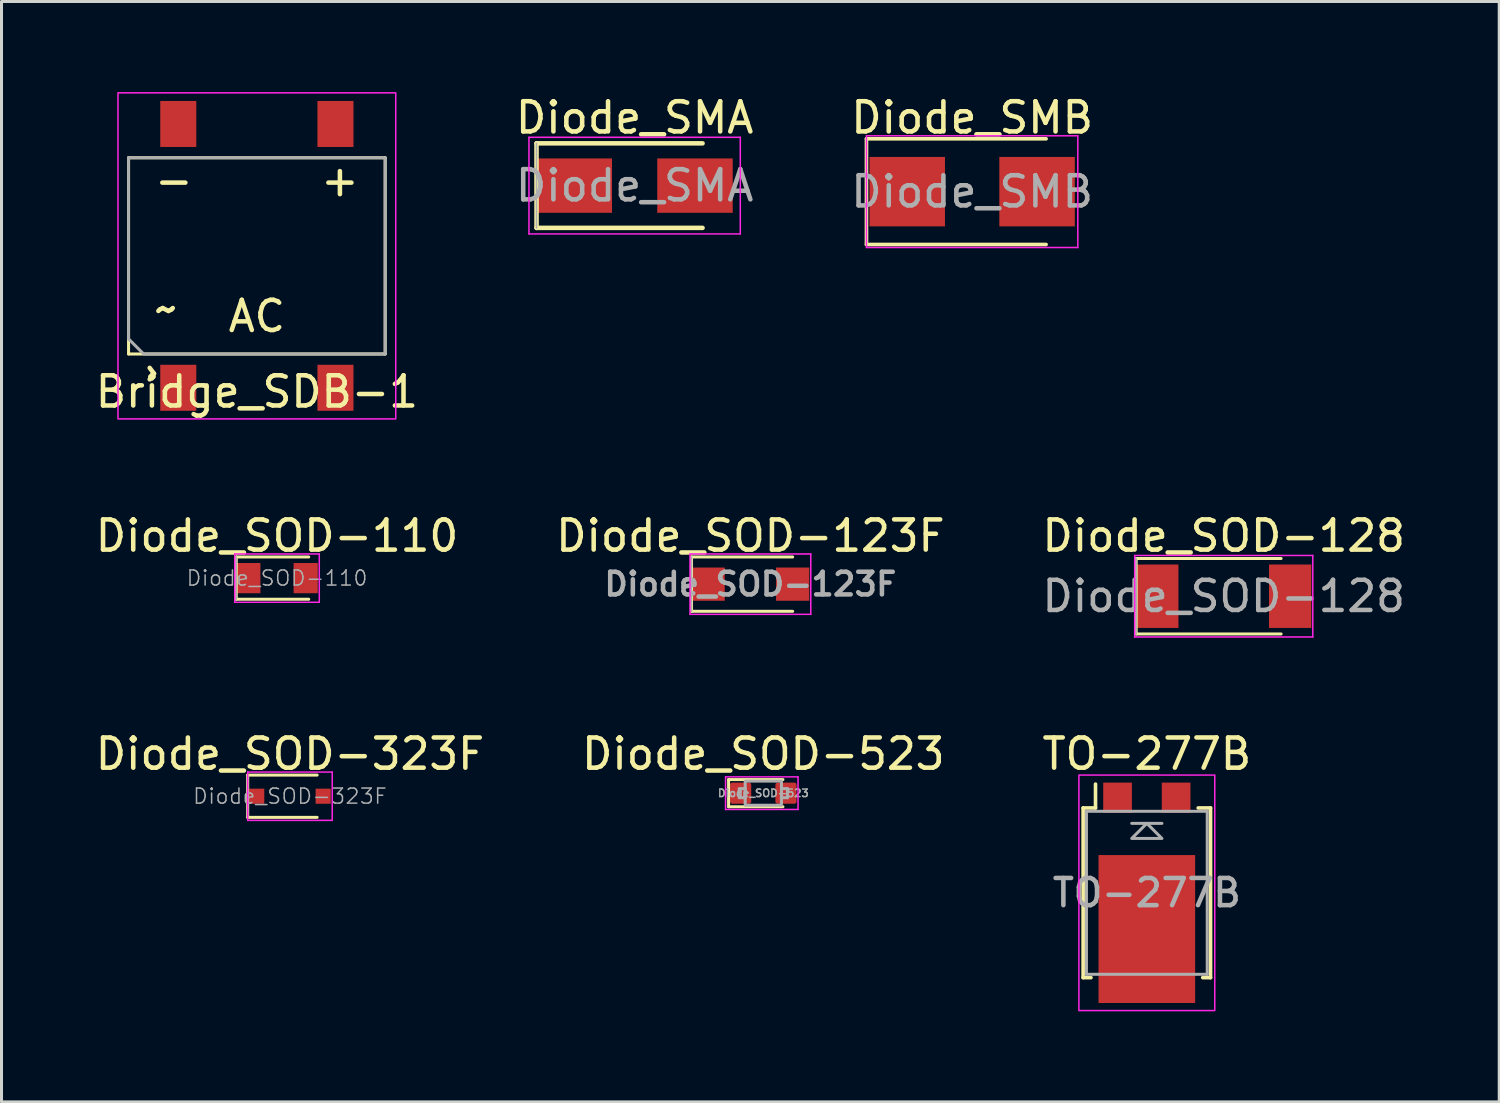
<source format=kicad_pcb>
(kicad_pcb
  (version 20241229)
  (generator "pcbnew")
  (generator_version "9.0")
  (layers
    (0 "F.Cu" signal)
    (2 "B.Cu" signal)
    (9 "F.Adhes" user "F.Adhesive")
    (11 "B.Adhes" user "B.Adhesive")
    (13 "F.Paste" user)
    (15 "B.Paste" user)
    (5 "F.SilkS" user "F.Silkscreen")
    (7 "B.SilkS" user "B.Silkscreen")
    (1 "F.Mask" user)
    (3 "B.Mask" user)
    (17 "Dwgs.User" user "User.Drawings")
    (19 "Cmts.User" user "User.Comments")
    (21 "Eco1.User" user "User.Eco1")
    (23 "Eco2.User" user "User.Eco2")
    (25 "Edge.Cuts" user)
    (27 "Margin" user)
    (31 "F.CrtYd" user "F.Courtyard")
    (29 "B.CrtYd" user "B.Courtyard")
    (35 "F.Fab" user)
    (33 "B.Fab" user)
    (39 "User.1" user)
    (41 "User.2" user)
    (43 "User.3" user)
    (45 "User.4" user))
  (footprint "TO-277B"
    (layer "F.Cu")
    (at 34.935 26.521)
    (property "Reference" "TO-277B" (at 0 -4.6 180) (layer "F.SilkS") (effects (font (size 1 1) (thickness 0.15))))
    (attr smd)
    (fp_line (start -2.11 -2.81) (end -2.11 2.81) (stroke (width 0.12) (type solid)) (layer "F.SilkS"))
    (fp_line (start -1.85 2.81) (end -2.11 2.81) (stroke (width 0.12) (type solid)) (layer "F.SilkS"))
    (fp_line (start -1.7 -2.81) (end -2.11 -2.81) (stroke (width 0.12) (type solid)) (layer "F.SilkS"))
    (fp_line (start -1.7 -2.81) (end -1.7 -3.6) (stroke (width 0.12) (type solid)) (layer "F.SilkS"))
    (fp_line (start 2.11 -2.81) (end 1.7 -2.81) (stroke (width 0.12) (type solid)) (layer "F.SilkS"))
    (fp_line (start 2.11 2.81) (end 1.85 2.81) (stroke (width 0.12) (type solid)) (layer "F.SilkS"))
    (fp_line (start 2.11 2.81) (end 2.11 -2.81) (stroke (width 0.12) (type solid)) (layer "F.SilkS"))
    (fp_rect (start 2.25 -3.9) (end -2.25 3.9) (stroke (width 0.05) (type solid)) (fill no) (layer "F.CrtYd"))
    (fp_line (start -2 -2.7) (end -2 2.7) (stroke (width 0.1) (type solid)) (layer "F.Fab"))
    (fp_line (start -2 2.7) (end 2 2.7) (stroke (width 0.1) (type solid)) (layer "F.Fab"))
    (fp_line (start -0.5 -2.3) (end 0.5 -2.3) (stroke (width 0.1) (type solid)) (layer "F.Fab"))
    (fp_line (start 2 -2.7) (end -2 -2.7) (stroke (width 0.1) (type solid)) (layer "F.Fab"))
    (fp_line (start 2 2.7) (end 2 -2.7) (stroke (width 0.1) (type solid)) (layer "F.Fab"))
    (fp_poly (pts (xy 0.5 -1.8) (xy -0.5 -1.8) (xy 0 -2.3)) (stroke (width 0.1) (type solid)) (fill no) (layer "F.Fab"))
    (fp_text user "${REFERENCE}" (at 0 0 0) (layer "F.Fab") (effects (font (size 0.9 0.9) (thickness 0.15))))
    (pad "" smd rect (at -0.9 -0.6) (size 1.3 1.2) (layers "F.Paste"))
    (pad "" smd rect (at -0.9 1.2) (size 1.3 1.2) (layers "F.Paste"))
    (pad "" smd rect (at -0.9 3) (size 1.3 1.2) (layers "F.Paste"))
    (pad "" smd rect (at 0.9 -0.6) (size 1.3 1.2) (layers "F.Paste"))
    (pad "" smd rect (at 0.9 1.2) (size 1.3 1.2) (layers "F.Paste"))
    (pad "" smd rect (at 0.9 3) (size 1.3 1.2) (layers "F.Paste"))
    (pad "1" smd rect (at 0 1.2) (size 3.2 4.9) (layers "F.Cu" "F.Mask"))
    (pad "2" smd rect (at -0.97 -3.15) (size 0.95 1) (layers "F.Cu" "F.Mask" "F.Paste"))
    (pad "2" smd rect (at 0.97 -3.15) (size 0.95 1) (layers "F.Cu" "F.Mask" "F.Paste")))
  (footprint "Diode_SOD-123F"
    (layer "F.Cu")
    (at 21.804 16.298)
    (property "Reference" "Diode_SOD-123F" (at 0 -1.6 0) (layer "F.SilkS") (effects (font (size 1 1) (thickness 0.15))))
    (attr smd)
    (fp_line (start -1.95 -0.9) (end -1.95 0.9) (stroke (width 0.1) (type solid)) (layer "F.SilkS"))
    (fp_line (start -1.95 -0.9) (end 1.4 -0.9) (stroke (width 0.1) (type solid)) (layer "F.SilkS"))
    (fp_line (start -1.95 0.9) (end 1.4 0.9) (stroke (width 0.1) (type solid)) (layer "F.SilkS"))
    (fp_line (start -2 -1) (end -2 1) (stroke (width 0.05) (type solid)) (layer "F.CrtYd"))
    (fp_line (start -2 -1) (end 2 -1) (stroke (width 0.05) (type solid)) (layer "F.CrtYd"))
    (fp_line (start 2 -1) (end 2 1) (stroke (width 0.05) (type solid)) (layer "F.CrtYd"))
    (fp_line (start 2 1) (end -2 1) (stroke (width 0.05) (type solid)) (layer "F.CrtYd"))
    (fp_line (start -1.95 -0.9) (end -1.95 0.9) (stroke (width 0.05) (type solid)) (layer "F.Fab"))
    (fp_text user "${REFERENCE}" (at 0 0 0) (layer "F.Fab") (effects (font (size 0.75 0.75) (thickness 0.15))))
    (pad "1" smd rect (at -1.4 0) (size 1.1 1.1) (layers "F.Cu" "F.Mask" "F.Paste"))
    (pad "2" smd rect (at 1.4 0) (size 1.1 1.1) (layers "F.Cu" "F.Mask" "F.Paste")))
  (footprint "Diode_SOD-323F"
    (layer "F.Cu")
    (at 6.554 23.322)
    (property "Reference" "Diode_SOD-323F" (at 0 -1.4 0) (layer "F.SilkS") (effects (font (size 1 1) (thickness 0.15))))
    (attr smd)
    (fp_line (start -1.4 -0.7) (end 0.9 -0.7) (stroke (width 0.1) (type solid)) (layer "F.SilkS"))
    (fp_line (start -1.4 0.7) (end -1.4 -0.7) (stroke (width 0.1) (type solid)) (layer "F.SilkS"))
    (fp_line (start 0.9 0.7) (end -1.4 0.7) (stroke (width 0.1) (type solid)) (layer "F.SilkS"))
    (fp_line (start -1.4 -0.8) (end -1.4 0.8) (stroke (width 0.05) (type solid)) (layer "F.CrtYd"))
    (fp_line (start -1.4 0.8) (end 1.4 0.8) (stroke (width 0.05) (type solid)) (layer "F.CrtYd"))
    (fp_line (start 1.4 -0.8) (end -1.4 -0.8) (stroke (width 0.05) (type solid)) (layer "F.CrtYd"))
    (fp_line (start 1.4 0.8) (end 1.4 -0.8) (stroke (width 0.05) (type solid)) (layer "F.CrtYd"))
    (fp_line (start -1.4 -0.7) (end -1.4 0.7) (stroke (width 0.05) (type solid)) (layer "F.Fab"))
    (fp_text user "${REFERENCE}" (at 0 0 0) (layer "F.Fab") (effects (font (size 0.5 0.5) (thickness 0.05))))
    (pad "1" smd rect (at -1.1 0) (size 0.5 0.5) (layers "F.Cu" "F.Mask" "F.Paste"))
    (pad "2" smd rect (at 1.1 0) (size 0.5 0.5) (layers "F.Cu" "F.Mask" "F.Paste")))
  (footprint "Diode_SMA"
    (placed yes)
    (layer "F.Cu")
    (at 17.97 3.098)
    (property "Reference" "Diode_SMA" (at 0 -2.25 0) (layer "F.SilkS") (effects (font (size 1 1) (thickness 0.15))))
    (attr smd)
    (fp_line (start -3.25 -1.4) (end 2.25 -1.4) (stroke (width 0.15) (type solid)) (layer "F.SilkS"))
    (fp_line (start -3.249 1.4) (end -3.25 -1.4) (stroke (width 0.15) (type solid)) (layer "F.SilkS"))
    (fp_line (start -3.249 1.4) (end 2.25 1.4) (stroke (width 0.15) (type solid)) (layer "F.SilkS"))
    (fp_poly (pts (xy -2.5 0.8) (xy -3.2 0.8) (xy -3.2 -0.8) (xy -2.5 -0.8)) (stroke (width 0.1) (type solid)) (fill yes) (layer "F.Paste"))
    (fp_poly (pts (xy -1.7 -0.8) (xy -0.8 -0.8) (xy -0.8 0.8) (xy -1.7 0.8)) (stroke (width 0.1) (type solid)) (fill yes) (layer "F.Paste"))
    (fp_poly (pts (xy 1.7 0.8) (xy 0.8 0.8) (xy 0.8 -0.8) (xy 1.7 -0.8)) (stroke (width 0.1) (type solid)) (fill yes) (layer "F.Paste"))
    (fp_poly (pts (xy 2.5 -0.8) (xy 3.2 -0.8) (xy 3.2 0.8) (xy 2.5 0.8)) (stroke (width 0.1) (type solid)) (fill yes) (layer "F.Paste"))
    (fp_line (start -3.5 -1.6) (end 3.5 -1.6) (stroke (width 0.05) (type solid)) (layer "F.CrtYd"))
    (fp_line (start -3.5 1.6) (end -3.5 -1.6) (stroke (width 0.05) (type solid)) (layer "F.CrtYd"))
    (fp_line (start 3.5 -1.6) (end 3.5 1.6) (stroke (width 0.05) (type solid)) (layer "F.CrtYd"))
    (fp_line (start 3.5 1.6) (end -3.5 1.6) (stroke (width 0.05) (type solid)) (layer "F.CrtYd"))
    (fp_line (start -3.25 -1.4) (end -3.25 1.4) (stroke (width 0.05) (type solid)) (layer "F.Fab"))
    (fp_text user "${REFERENCE}" (at 0 0 0) (unlocked yes) (layer "F.Fab") (effects (font (size 1 1) (thickness 0.15))))
    (pad "1" smd rect (at -1.999 0) (size 2.499 1.801) (layers "F.Cu" "F.Mask"))
    (pad "2" smd rect (at 1.999 0) (size 2.499 1.801) (layers "F.Cu" "F.Mask")))
  (footprint "Diode_SOD-128"
    (layer "F.Cu")
    (at 37.482 16.698)
    (property "Reference" "Diode_SOD-128" (at 0 -2 0) (layer "F.SilkS") (effects (font (size 1 1) (thickness 0.15))))
    (attr smd)
    (fp_line (start -2.9 -1.25) (end 1.9 -1.25) (stroke (width 0.1) (type solid)) (layer "F.SilkS"))
    (fp_line (start -2.9 1.25) (end -2.9 -1.25) (stroke (width 0.1) (type solid)) (layer "F.SilkS"))
    (fp_line (start -2.9 1.25) (end 1.9 1.25) (stroke (width 0.1) (type solid)) (layer "F.SilkS"))
    (fp_line (start -2.95 -1.35) (end -2.95 1.35) (stroke (width 0.05) (type solid)) (layer "F.CrtYd"))
    (fp_line (start -2.95 -1.35) (end 2.95 -1.35) (stroke (width 0.05) (type solid)) (layer "F.CrtYd"))
    (fp_line (start 2.95 -1.35) (end 2.95 1.35) (stroke (width 0.05) (type solid)) (layer "F.CrtYd"))
    (fp_line (start 2.95 1.35) (end -2.95 1.35) (stroke (width 0.05) (type solid)) (layer "F.CrtYd"))
    (fp_line (start -2.9 -1.25) (end -2.9 1.25) (stroke (width 0.05) (type solid)) (layer "F.Fab"))
    (fp_text user "${REFERENCE}" (at 0 0 0) (layer "F.Fab") (effects (font (size 1 1) (thickness 0.15))))
    (pad "1" smd rect (at -2.2 0) (size 1.4 2.1) (layers "F.Cu" "F.Mask" "F.Paste"))
    (pad "2" smd rect (at 2.2 0) (size 1.4 2.1) (layers "F.Cu" "F.Mask" "F.Paste")))
  (footprint "Diode_SMB"
    (layer "F.Cu")
    (at 29.149 3.298)
    (property "Reference" "Diode_SMB" (at 0 -2.45 0) (layer "F.SilkS") (effects (font (size 1 1) (thickness 0.15))))
    (attr smd)
    (fp_line (start -3.5 -1.75) (end -3.5 1.75) (stroke (width 0.12) (type solid)) (layer "F.SilkS"))
    (fp_line (start -3.5 -1.75) (end 2.45 -1.75) (stroke (width 0.12) (type solid)) (layer "F.SilkS"))
    (fp_line (start -3.5 1.75) (end 2.45 1.75) (stroke (width 0.12) (type solid)) (layer "F.SilkS"))
    (fp_line (start -3.5 -1.85) (end 3.5 -1.85) (stroke (width 0.05) (type solid)) (layer "F.CrtYd"))
    (fp_line (start -3.5 1.85) (end -3.5 -1.85) (stroke (width 0.05) (type solid)) (layer "F.CrtYd"))
    (fp_line (start 3.5 -1.85) (end 3.5 1.85) (stroke (width 0.05) (type solid)) (layer "F.CrtYd"))
    (fp_line (start 3.5 1.85) (end -3.5 1.85) (stroke (width 0.05) (type solid)) (layer "F.CrtYd"))
    (fp_text user "${REFERENCE}" (at 0 0 0) (layer "F.Fab") (effects (font (size 1 1) (thickness 0.15))))
    (pad "1" smd rect (at -2.15 0) (size 2.5 2.3) (layers "F.Cu" "F.Mask" "F.Paste"))
    (pad "2" smd rect (at 2.15 0) (size 2.5 2.3) (layers "F.Cu" "F.Mask" "F.Paste")))
  (footprint "Diode_SOD-110"
    (layer "F.Cu")
    (at 6.125 16.098)
    (property "Reference" "Diode_SOD-110" (at 0 -1.4 0) (layer "F.SilkS") (effects (font (size 1 1) (thickness 0.15))))
    (attr smd)
    (fp_line (start -1.35 0.7) (end -1.35 -0.7) (stroke (width 0.1) (type solid)) (layer "F.SilkS"))
    (fp_line (start -1.35 0.7) (end 1.05 0.7) (stroke (width 0.1) (type solid)) (layer "F.SilkS"))
    (fp_line (start 1.05 -0.7) (end -1.35 -0.7) (stroke (width 0.1) (type solid)) (layer "F.SilkS"))
    (fp_line (start -1.4 -0.8) (end -1.4 0.8) (stroke (width 0.05) (type solid)) (layer "F.CrtYd"))
    (fp_line (start -1.4 -0.8) (end 1.4 -0.8) (stroke (width 0.05) (type solid)) (layer "F.CrtYd"))
    (fp_line (start 1.4 -0.8) (end 1.4 0.8) (stroke (width 0.05) (type solid)) (layer "F.CrtYd"))
    (fp_line (start 1.4 0.8) (end -1.4 0.8) (stroke (width 0.05) (type solid)) (layer "F.CrtYd"))
    (fp_line (start -1.35 -0.7) (end -1.35 0.7) (stroke (width 0.05) (type solid)) (layer "F.Fab"))
    (fp_text user "${REFERENCE}" (at 0 0 0) (layer "F.Fab") (effects (font (size 0.5 0.5) (thickness 0.05))))
    (pad "1" smd rect (at -0.95 0) (size 0.8 1) (layers "F.Cu" "F.Mask" "F.Paste"))
    (pad "2" smd rect (at 0.95 0) (size 0.8 1) (layers "F.Cu" "F.Mask" "F.Paste")))
  (footprint "Bridge_SDB-1"
    (layer "F.Cu")
    (at 5.458 5.425)
    (property "Reference" "Bridge_SDB-1" (at 0 4.5 0) (layer "F.SilkS") (effects (font (size 1 1) (thickness 0.15))))
    (attr smd)
    (fp_line (start -4.25 -3.25) (end -4.25 3.25) (stroke (width 0.1) (type solid)) (layer "F.SilkS"))
    (fp_line (start -4.25 3.25) (end 4.25 3.25) (stroke (width 0.1) (type solid)) (layer "F.SilkS"))
    (fp_line (start 4.25 -3.25) (end -4.25 -3.25) (stroke (width 0.1) (type solid)) (layer "F.SilkS"))
    (fp_line (start 4.25 3.25) (end 4.25 -3.25) (stroke (width 0.1) (type solid)) (layer "F.SilkS"))
    (fp_rect (start -4.6 -5.4) (end 4.6 5.4) (stroke (width 0.05) (type solid)) (fill no) (layer "F.CrtYd"))
    (fp_poly (pts (xy 4.25 3.25) (xy -3.75 3.25) (xy -4.25 2.75) (xy -4.25 -3.25) (xy 4.25 -3.25)) (stroke (width 0.1) (type solid)) (fill no) (layer "F.Fab"))
    (fp_text user "~" (at -3 1.75 0) (layer "F.SilkS") (effects (font (size 1 1) (thickness 0.15))))
    (fp_text user "AC" (at 0 2 0) (layer "F.SilkS") (effects (font (size 1 1) (thickness 0.15))))
    (fp_text user "-" (at -2.75 -2.5 0) (layer "F.SilkS") (effects (font (size 1 1) (thickness 0.15))))
    (fp_text user "+" (at 2.75 -2.5 0) (layer "F.SilkS") (effects (font (size 1 1) (thickness 0.15))))
    (fp_text user "^" (at -4 3.9 270) (unlocked yes) (layer "F.SilkS") (effects (font (size 1 1) (thickness 0.15))))
    (pad "1" smd rect (at -2.603 4.369 90) (size 1.524 1.194) (layers "F.Cu" "F.Mask" "F.Paste"))
    (pad "2" smd rect (at 2.603 4.369 90) (size 1.524 1.194) (layers "F.Cu" "F.Mask" "F.Paste"))
    (pad "3" smd rect (at 2.603 -4.369 90) (size 1.524 1.194) (layers "F.Cu" "F.Mask" "F.Paste"))
    (pad "4" smd rect (at -2.603 -4.369 90) (size 1.524 1.194) (layers "F.Cu" "F.Mask" "F.Paste")))
  (footprint "Diode_SOD-523"
    (layer "F.Cu")
    (at 22.232 23.221)
    (property "Reference" "Diode_SOD-523" (at 0 -1.3 0) (layer "F.SilkS") (effects (font (size 1 1) (thickness 0.15))))
    (attr smd)
    (fp_line (start -1.15 0.45) (end -1.15 -0.45) (stroke (width 0.1) (type solid)) (layer "F.SilkS"))
    (fp_line (start 0.65 -0.45) (end -1.15 -0.45) (stroke (width 0.1) (type solid)) (layer "F.SilkS"))
    (fp_line (start 0.65 0.45) (end -1.15 0.45) (stroke (width 0.1) (type solid)) (layer "F.SilkS"))
    (fp_line (start -1.25 -0.54) (end 1.15 -0.54) (stroke (width 0.05) (type solid)) (layer "F.CrtYd"))
    (fp_line (start -1.25 0.54) (end -1.25 -0.54) (stroke (width 0.05) (type solid)) (layer "F.CrtYd"))
    (fp_line (start 1.15 -0.54) (end 1.15 0.54) (stroke (width 0.05) (type solid)) (layer "F.CrtYd"))
    (fp_line (start 1.15 0.54) (end -1.25 0.54) (stroke (width 0.05) (type solid)) (layer "F.CrtYd"))
    (fp_line (start 0.6 -0.15) (end 0.8 -0.15) (stroke (width 0.1) (type solid)) (layer "F.Fab"))
    (fp_line (start 0.8 -0.15) (end 0.8 0.15) (stroke (width 0.1) (type solid)) (layer "F.Fab"))
    (fp_line (start 0.8 0.15) (end 0.6 0.15) (stroke (width 0.1) (type solid)) (layer "F.Fab"))
    (fp_rect (start -0.8 -0.15) (end -0.6 0.15) (stroke (width 0.1) (type solid)) (fill no) (layer "F.Fab"))
    (fp_rect (start -0.6 -0.4) (end 0.6 0.4) (stroke (width 0.1) (type solid)) (fill no) (layer "F.Fab"))
    (fp_text user "${REFERENCE}" (at 0 0 0) (layer "F.Fab") (effects (font (size 0.25 0.25) (thickness 0.05))))
    (pad "1" smd roundrect (at -0.75 0 180) (size 0.7 0.7) (layers "F.Cu" "F.Mask" "F.Paste") (roundrect_rratio 0.1))
    (pad "2" smd roundrect (at 0.75 0 180) (size 0.7 0.7) (layers "F.Cu" "F.Mask" "F.Paste") (roundrect_rratio 0.1)))
  (gr_rect
    (start -3 -3)
    (end 46.607 33.447)
    (stroke (width 0.1) (type default))
    (fill no)
    (layer "Edge.Cuts")))
</source>
